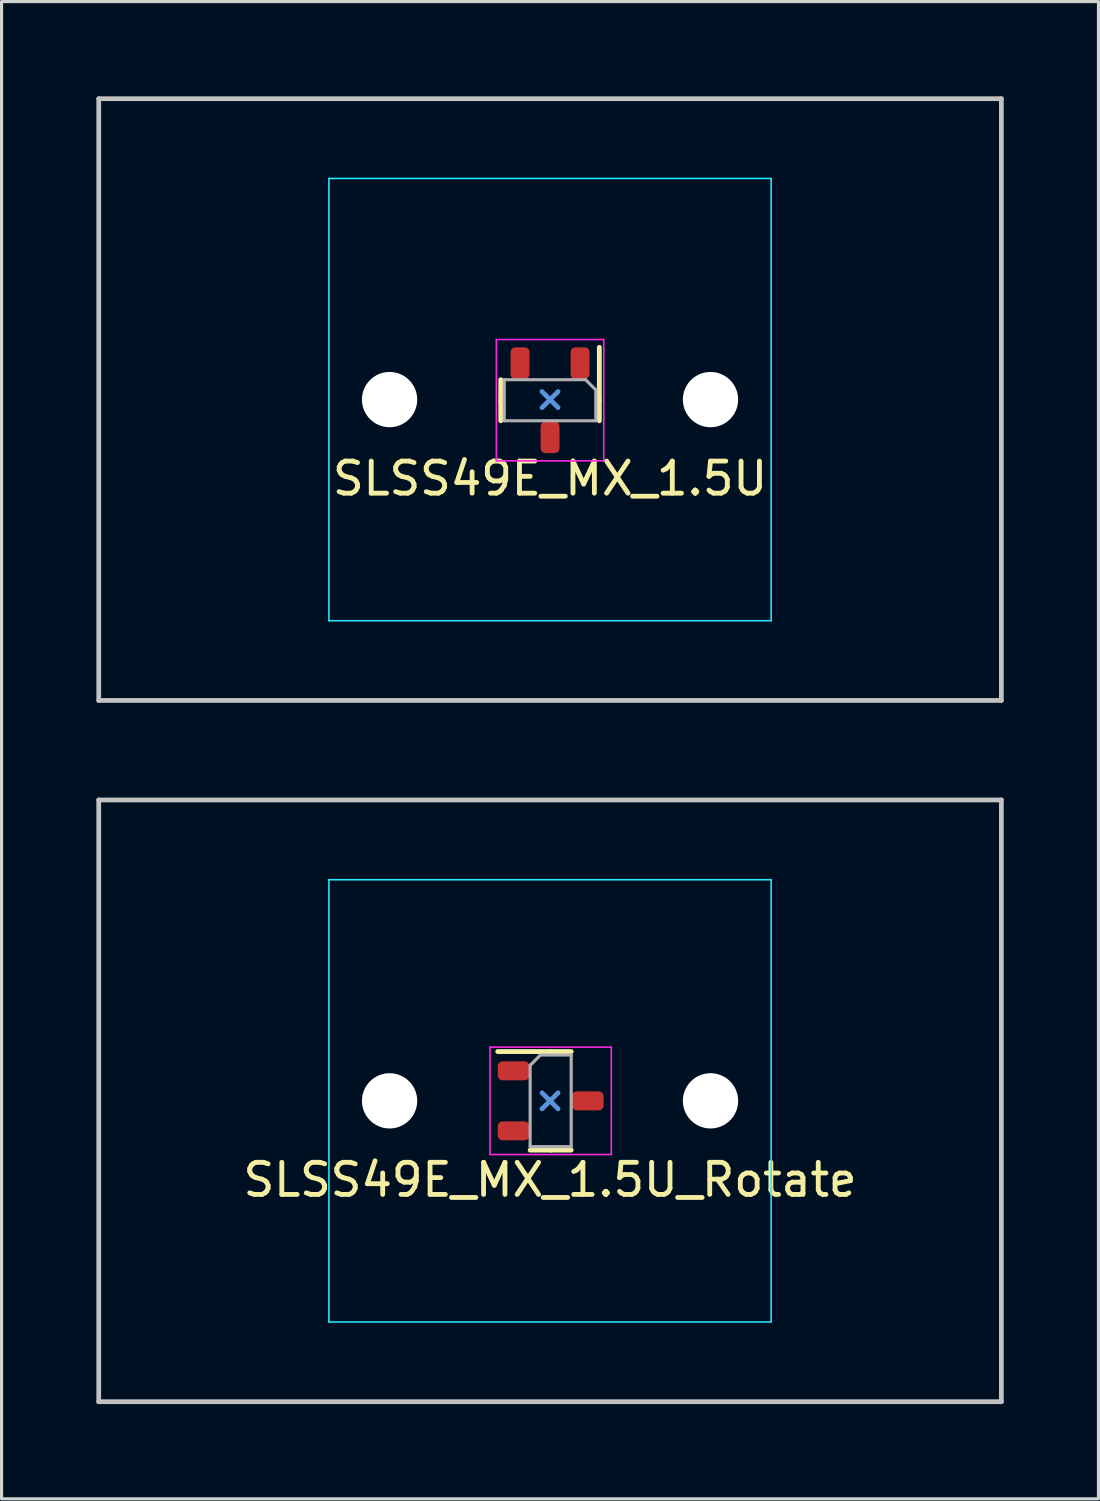
<source format=kicad_pcb>
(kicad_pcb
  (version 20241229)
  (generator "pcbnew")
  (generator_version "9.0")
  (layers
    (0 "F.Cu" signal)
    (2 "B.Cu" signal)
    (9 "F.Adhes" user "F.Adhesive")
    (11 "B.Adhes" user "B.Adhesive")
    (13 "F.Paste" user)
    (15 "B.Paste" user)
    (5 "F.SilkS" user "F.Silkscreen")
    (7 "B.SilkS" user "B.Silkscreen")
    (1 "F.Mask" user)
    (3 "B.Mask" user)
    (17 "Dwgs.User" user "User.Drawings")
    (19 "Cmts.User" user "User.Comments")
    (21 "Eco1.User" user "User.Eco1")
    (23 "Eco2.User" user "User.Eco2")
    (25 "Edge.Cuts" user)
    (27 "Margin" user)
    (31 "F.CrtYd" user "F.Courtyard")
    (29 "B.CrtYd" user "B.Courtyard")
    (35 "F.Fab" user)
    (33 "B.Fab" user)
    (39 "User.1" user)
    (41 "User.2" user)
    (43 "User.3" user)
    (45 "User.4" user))
  (footprint "SLSS49E_MX_1.5U_Rotate"
    (layer "F.Cu")
    (at 14.363 31.8)
    (property "Reference" "SLSS49E_MX_1.5U_Rotate" (at 0 2.5 0) (unlocked yes) (layer "F.SilkS") (effects (font (size 1.016 1.016) (thickness 0.153))))
    (attr smd)
    (fp_line (start 0.02 -1.56) (end -1.655 -1.56) (stroke (width 0.153) (type solid)) (layer "F.SilkS"))
    (fp_line (start 0.02 -1.56) (end 0.67 -1.56) (stroke (width 0.153) (type solid)) (layer "F.SilkS"))
    (fp_line (start 0.02 1.56) (end -0.63 1.56) (stroke (width 0.153) (type solid)) (layer "F.SilkS"))
    (fp_line (start 0.02 1.56) (end 0.67 1.56) (stroke (width 0.153) (type solid)) (layer "F.SilkS"))
    (fp_line (start -14.287 -9.525) (end 14.287 -9.525) (stroke (width 0.15) (type solid)) (layer "Dwgs.User"))
    (fp_line (start -14.287 9.525) (end -14.287 -9.525) (stroke (width 0.15) (type solid)) (layer "Dwgs.User"))
    (fp_line (start -14.287 9.525) (end 14.287 9.525) (stroke (width 0.15) (type solid)) (layer "Dwgs.User"))
    (fp_line (start 14.287 -9.525) (end 14.287 9.525) (stroke (width 0.15) (type solid)) (layer "Dwgs.User"))
    (fp_line (start -0.254 0.254) (end 0.254 -0.254) (stroke (width 0.15) (type default)) (layer "Cmts.User"))
    (fp_line (start 0.254 0.254) (end -0.254 -0.254) (stroke (width 0.15) (type default)) (layer "Cmts.User"))
    (fp_line (start -7 6.5) (end -7 -6.5) (stroke (width 0.15) (type solid)) (layer "Eco2.User"))
    (fp_line (start -6.5 -7) (end 6.5 -7) (stroke (width 0.15) (type solid)) (layer "Eco2.User"))
    (fp_line (start 6.5 7) (end -6.5 7) (stroke (width 0.15) (type solid)) (layer "Eco2.User"))
    (fp_line (start 7 -6.5) (end 7 6.5) (stroke (width 0.15) (type solid)) (layer "Eco2.User"))
    (fp_arc (start -7 -6.5) (mid -6.853553 -6.853553) (end -6.5 -7) (stroke (width 0.15) (type solid)) (layer "Eco2.User"))
    (fp_arc (start -6.5 7) (mid -6.853553 6.853553) (end -7 6.5) (stroke (width 0.15) (type solid)) (layer "Eco2.User"))
    (fp_arc (start 6.5 -7) (mid 6.853553 -6.853553) (end 7 -6.5) (stroke (width 0.15) (type solid)) (layer "Eco2.User"))
    (fp_arc (start 6.997236 6.498884) (mid 6.85082 6.852454) (end 6.497236 6.998884) (stroke (width 0.15) (type solid)) (layer "Eco2.User"))
    (fp_line (start -7 -7) (end 7 -7) (stroke (width 0.05) (type solid)) (layer "B.CrtYd"))
    (fp_line (start -7 7) (end -7 -7) (stroke (width 0.05) (type solid)) (layer "B.CrtYd"))
    (fp_line (start 7 -7) (end 7 7) (stroke (width 0.05) (type solid)) (layer "B.CrtYd"))
    (fp_line (start 7 7) (end -7 7) (stroke (width 0.05) (type solid)) (layer "B.CrtYd"))
    (fp_line (start -1.9 -1.7) (end -1.9 1.7) (stroke (width 0.05) (type solid)) (layer "F.CrtYd"))
    (fp_line (start -1.9 1.7) (end 1.94 1.7) (stroke (width 0.05) (type solid)) (layer "F.CrtYd"))
    (fp_line (start 1.94 -1.7) (end -1.9 -1.7) (stroke (width 0.05) (type solid)) (layer "F.CrtYd"))
    (fp_line (start 1.94 1.7) (end 1.94 -1.7) (stroke (width 0.05) (type solid)) (layer "F.CrtYd"))
    (fp_line (start -0.63 -1.125) (end -0.305 -1.45) (stroke (width 0.1) (type solid)) (layer "F.Fab"))
    (fp_line (start -0.63 1.45) (end -0.63 -1.125) (stroke (width 0.1) (type solid)) (layer "F.Fab"))
    (fp_line (start -0.305 -1.45) (end 0.67 -1.45) (stroke (width 0.1) (type solid)) (layer "F.Fab"))
    (fp_line (start 0.67 -1.45) (end 0.67 1.45) (stroke (width 0.1) (type solid)) (layer "F.Fab"))
    (fp_line (start 0.67 1.45) (end -0.63 1.45) (stroke (width 0.1) (type solid)) (layer "F.Fab"))
    (pad "" np_thru_hole circle (at -5.08 0) (size 1.75 1.75) (drill 1.75) (layers "*.Cu" "*.Mask"))
    (pad "" np_thru_hole circle (at 5.08 0) (size 1.75 1.75) (drill 1.75) (layers "*.Cu" "*.Mask"))
    (pad "1" smd roundrect (at -1.155 -0.95) (size 1 0.6) (layers "F.Cu" "F.Mask" "F.Paste") (roundrect_rratio 0.25))
    (pad "2" smd roundrect (at 1.195 0) (size 1 0.6) (layers "F.Cu" "F.Mask" "F.Paste") (roundrect_rratio 0.25))
    (pad "3" smd roundrect (at -1.155 0.95) (size 1 0.6) (layers "F.Cu" "F.Mask" "F.Paste") (roundrect_rratio 0.25)))
  (footprint "SLSS49E_MX_1.5U"
    (layer "F.Cu")
    (at 14.363 9.6)
    (property "Reference" "SLSS49E_MX_1.5U" (at 0 2.5 0) (unlocked yes) (layer "F.SilkS") (effects (font (size 1.016 1.016) (thickness 0.153))))
    (attr smd)
    (fp_line (start -1.56 0.02) (end -1.56 -0.63) (stroke (width 0.153) (type solid)) (layer "F.SilkS"))
    (fp_line (start -1.56 0.02) (end -1.56 0.67) (stroke (width 0.153) (type solid)) (layer "F.SilkS"))
    (fp_line (start 1.56 0.02) (end 1.56 -1.655) (stroke (width 0.153) (type solid)) (layer "F.SilkS"))
    (fp_line (start 1.56 0.02) (end 1.56 0.67) (stroke (width 0.153) (type solid)) (layer "F.SilkS"))
    (fp_line (start -14.287 -9.525) (end 14.287 -9.525) (stroke (width 0.15) (type solid)) (layer "Dwgs.User"))
    (fp_line (start -14.287 9.525) (end -14.287 -9.525) (stroke (width 0.15) (type solid)) (layer "Dwgs.User"))
    (fp_line (start -14.287 9.525) (end 14.287 9.525) (stroke (width 0.15) (type solid)) (layer "Dwgs.User"))
    (fp_line (start 14.287 -9.525) (end 14.287 9.525) (stroke (width 0.15) (type solid)) (layer "Dwgs.User"))
    (fp_line (start -0.254 -0.254) (end 0.254 0.254) (stroke (width 0.15) (type default)) (layer "Cmts.User"))
    (fp_line (start -0.254 0.254) (end 0.254 -0.254) (stroke (width 0.15) (type default)) (layer "Cmts.User"))
    (fp_line (start -7 6.5) (end -7 -6.5) (stroke (width 0.15) (type solid)) (layer "Eco2.User"))
    (fp_line (start -6.5 -7) (end 6.5 -7) (stroke (width 0.15) (type solid)) (layer "Eco2.User"))
    (fp_line (start 6.5 7) (end -6.5 7) (stroke (width 0.15) (type solid)) (layer "Eco2.User"))
    (fp_line (start 7 -6.5) (end 7 6.5) (stroke (width 0.15) (type solid)) (layer "Eco2.User"))
    (fp_arc (start -7 -6.5) (mid -6.853553 -6.853553) (end -6.5 -7) (stroke (width 0.15) (type solid)) (layer "Eco2.User"))
    (fp_arc (start -6.5 7) (mid -6.853553 6.853553) (end -7 6.5) (stroke (width 0.15) (type solid)) (layer "Eco2.User"))
    (fp_arc (start 6.5 -7) (mid 6.853553 -6.853553) (end 7 -6.5) (stroke (width 0.15) (type solid)) (layer "Eco2.User"))
    (fp_arc (start 6.997236 6.498884) (mid 6.85082 6.852454) (end 6.497236 6.998884) (stroke (width 0.15) (type solid)) (layer "Eco2.User"))
    (fp_line (start -7 -7) (end 7 -7) (stroke (width 0.05) (type solid)) (layer "B.CrtYd"))
    (fp_line (start -7 7) (end -7 -7) (stroke (width 0.05) (type solid)) (layer "B.CrtYd"))
    (fp_line (start 7 -7) (end 7 7) (stroke (width 0.05) (type solid)) (layer "B.CrtYd"))
    (fp_line (start 7 7) (end -7 7) (stroke (width 0.05) (type solid)) (layer "B.CrtYd"))
    (fp_line (start -1.7 -1.9) (end -1.7 1.94) (stroke (width 0.05) (type solid)) (layer "F.CrtYd"))
    (fp_line (start -1.7 1.94) (end 1.7 1.94) (stroke (width 0.05) (type solid)) (layer "F.CrtYd"))
    (fp_line (start 1.7 -1.9) (end -1.7 -1.9) (stroke (width 0.05) (type solid)) (layer "F.CrtYd"))
    (fp_line (start 1.7 1.94) (end 1.7 -1.9) (stroke (width 0.05) (type solid)) (layer "F.CrtYd"))
    (fp_line (start -1.45 -0.63) (end 1.125 -0.63) (stroke (width 0.1) (type solid)) (layer "F.Fab"))
    (fp_line (start -1.45 0.67) (end -1.45 -0.63) (stroke (width 0.1) (type solid)) (layer "F.Fab"))
    (fp_line (start 1.125 -0.63) (end 1.45 -0.305) (stroke (width 0.1) (type solid)) (layer "F.Fab"))
    (fp_line (start 1.45 -0.305) (end 1.45 0.67) (stroke (width 0.1) (type solid)) (layer "F.Fab"))
    (fp_line (start 1.45 0.67) (end -1.45 0.67) (stroke (width 0.1) (type solid)) (layer "F.Fab"))
    (pad "" np_thru_hole circle (at -5.08 0) (size 1.75 1.75) (drill 1.75) (layers "*.Cu" "*.Mask"))
    (pad "" np_thru_hole circle (at 5.08 0) (size 1.75 1.75) (drill 1.75) (layers "*.Cu" "*.Mask"))
    (pad "1" smd roundrect (at 0.95 -1.155 270) (size 1 0.6) (layers "F.Cu" "F.Mask" "F.Paste") (roundrect_rratio 0.25))
    (pad "2" smd roundrect (at 0 1.195 270) (size 1 0.6) (layers "F.Cu" "F.Mask" "F.Paste") (roundrect_rratio 0.25))
    (pad "3" smd roundrect (at -0.95 -1.155 270) (size 1 0.6) (layers "F.Cu" "F.Mask" "F.Paste") (roundrect_rratio 0.25))
    (zone (net_name "") (layers "F.Cu" "B.Cu") (hatch edge 0.5) (connect_pads) (min_thickness 0.25) (filled_areas_thickness no) (keepout (tracks allowed) (vias allowed) (pads allowed) (copperpour not_allowed) (footprints allowed)) (placement (enabled no)) (fill) (polygon (pts (xy 16.113 9.6) (xy 16.093 9.339) (xy 16.035 9.084) (xy 15.939 8.841) (xy 15.808 8.614) (xy 15.645 8.41) (xy 15.454 8.232) (xy 15.238 8.084) (xy 15.002 7.971) (xy 14.752 7.894) (xy 14.493 7.855) (xy 14.232 7.855) (xy 13.973 7.894) (xy 13.723 7.971) (xy 13.488 8.084) (xy 13.271 8.232) (xy 13.08 8.41) (xy 12.917 8.614) (xy 12.786 8.841) (xy 12.69 9.084) (xy 12.632 9.339) (xy 12.613 9.6) (xy 12.632 9.861) (xy 12.69 10.116) (xy 12.786 10.359) (xy 12.917 10.586) (xy 13.08 10.79) (xy 13.271 10.968) (xy 13.488 11.116) (xy 13.723 11.229) (xy 13.973 11.306) (xy 14.232 11.345) (xy 14.493 11.345) (xy 14.752 11.306) (xy 15.002 11.229) (xy 15.238 11.116) (xy 15.454 10.968) (xy 15.645 10.79) (xy 15.808 10.586) (xy 15.939 10.359) (xy 16.035 10.116) (xy 16.093 9.861)))))
  (gr_rect
    (start -3 -3)
    (end 31.725 44.4)
    (stroke (width 0.1) (type default))
    (fill no)
    (layer "Edge.Cuts")))
</source>
